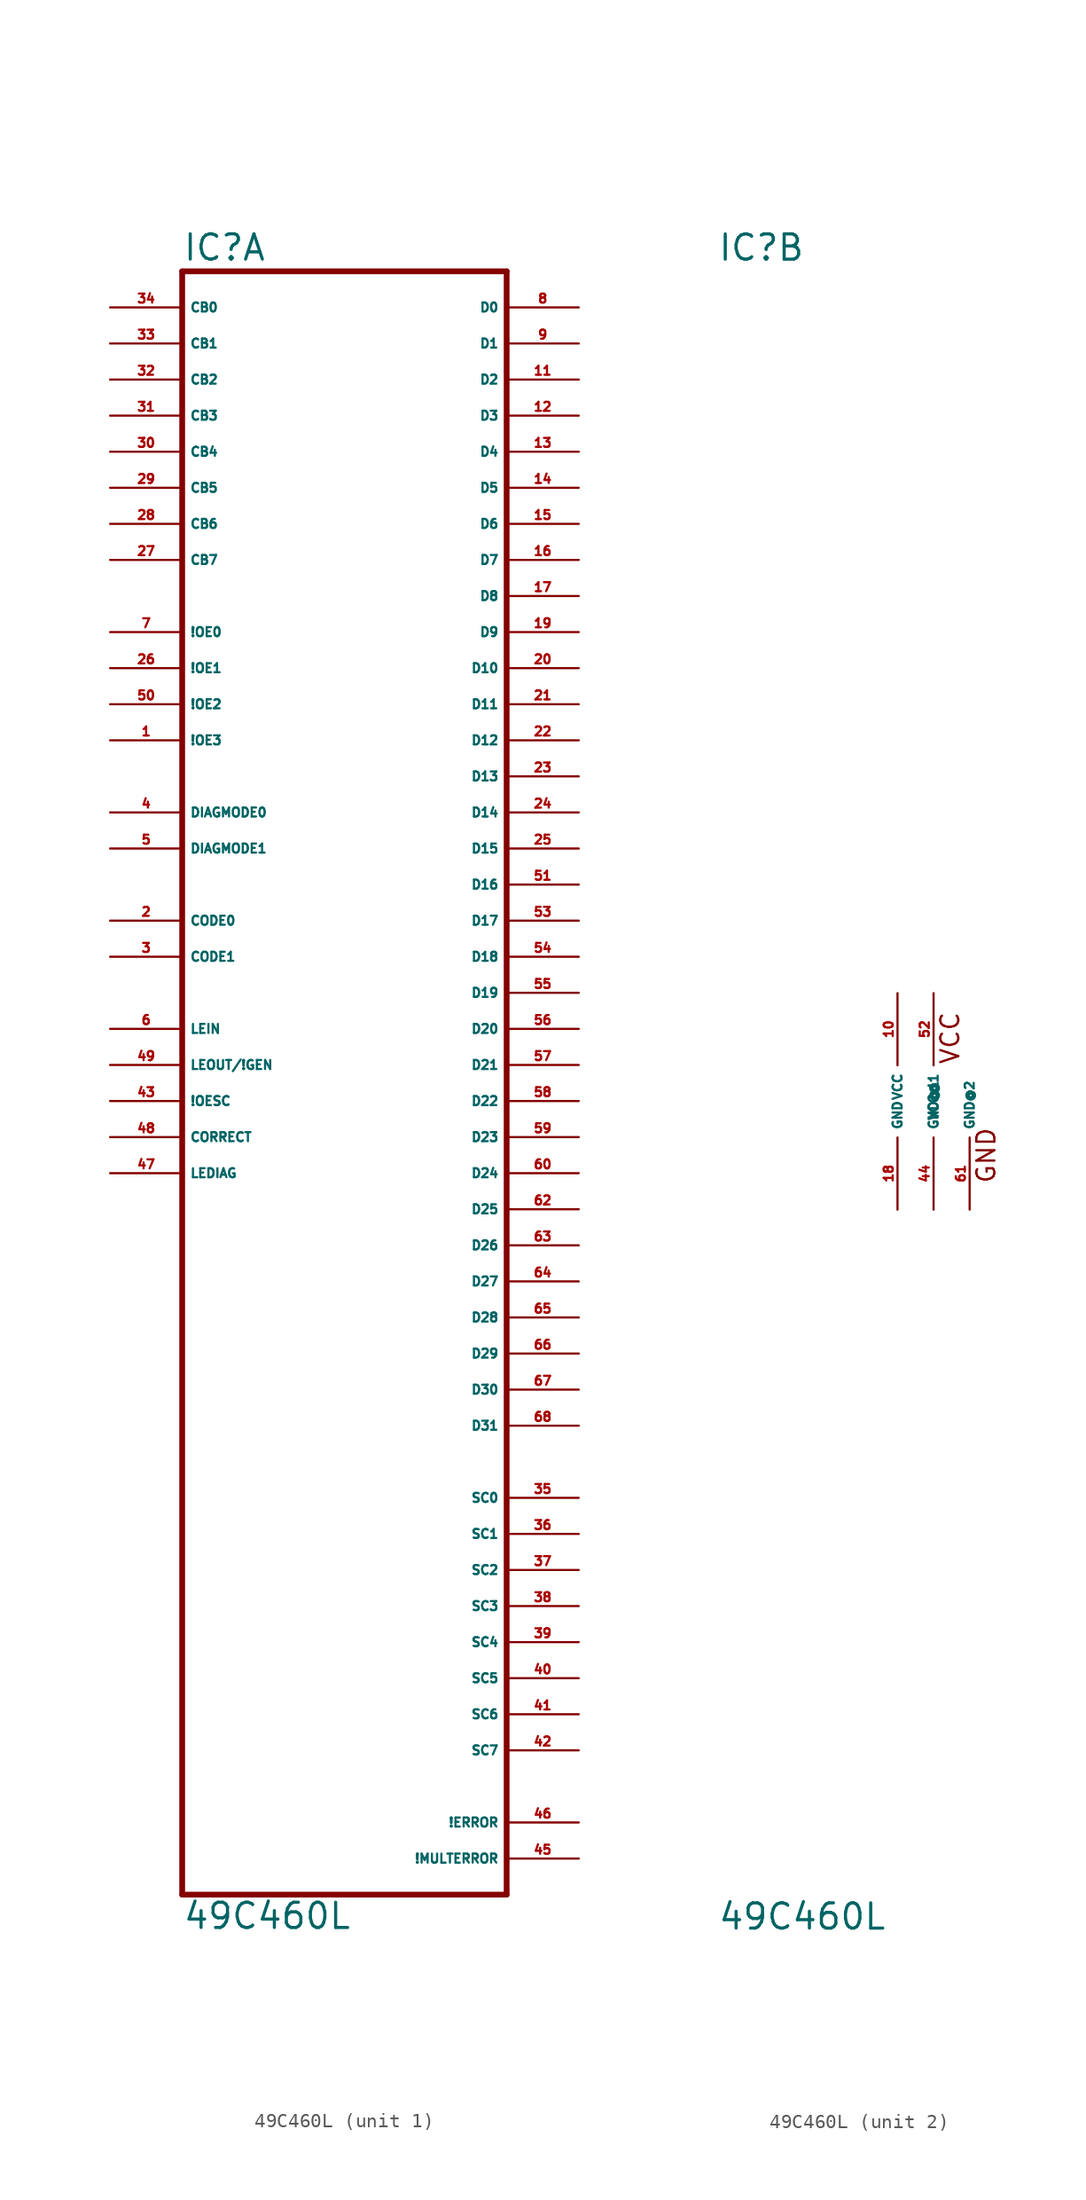
<source format=kicad_sym>
(kicad_symbol_lib
  (version 20220914)
  (generator Eagle2Kicad)
  (symbol "49C460L"
    (property "Reference" "IC"
      (at -12.7 59.055 0)
      (effects (font (size 1.778 1.778) (thickness 0.22)) (justify left bottom)))
    (property "Value" "49C460L"
      (at -12.7 -58.42 0)
      (effects (font (size 1.778 1.778) (thickness 0.22)) (justify left bottom)))
    (symbol "49C460L_1_0"
      (polyline (pts (xy -12.7 58.42) (xy 10.16 58.42)) (stroke (width 0.406) (type default)) (fill (type none)))
      (polyline (pts (xy 10.16 58.42) (xy 10.16 -55.88)) (stroke (width 0.406) (type default)) (fill (type none)))
      (polyline (pts (xy 10.16 -55.88) (xy -12.7 -55.88)) (stroke (width 0.406) (type default)) (fill (type none)))
      (polyline (pts (xy -12.7 -55.88) (xy -12.7 58.42)) (stroke (width 0.406) (type default)) (fill (type none)))
      (pin bidirectional line (at 15.24 55.88 180) (length 5.08) (name "D0" (effects (font (size 0.635 0.635) (thickness 0.08)) (justify left bottom))) (number "8" (effects (font (size 0.635 0.635) (thickness 0.08)) (justify left bottom))))
      (pin bidirectional line (at 15.24 53.34 180) (length 5.08) (name "D1" (effects (font (size 0.635 0.635) (thickness 0.08)) (justify left bottom))) (number "9" (effects (font (size 0.635 0.635) (thickness 0.08)) (justify left bottom))))
      (pin bidirectional line (at 15.24 50.8 180) (length 5.08) (name "D2" (effects (font (size 0.635 0.635) (thickness 0.08)) (justify left bottom))) (number "11" (effects (font (size 0.635 0.635) (thickness 0.08)) (justify left bottom))))
      (pin bidirectional line (at 15.24 48.26 180) (length 5.08) (name "D3" (effects (font (size 0.635 0.635) (thickness 0.08)) (justify left bottom))) (number "12" (effects (font (size 0.635 0.635) (thickness 0.08)) (justify left bottom))))
      (pin bidirectional line (at 15.24 45.72 180) (length 5.08) (name "D4" (effects (font (size 0.635 0.635) (thickness 0.08)) (justify left bottom))) (number "13" (effects (font (size 0.635 0.635) (thickness 0.08)) (justify left bottom))))
      (pin bidirectional line (at 15.24 43.18 180) (length 5.08) (name "D5" (effects (font (size 0.635 0.635) (thickness 0.08)) (justify left bottom))) (number "14" (effects (font (size 0.635 0.635) (thickness 0.08)) (justify left bottom))))
      (pin bidirectional line (at 15.24 40.64 180) (length 5.08) (name "D6" (effects (font (size 0.635 0.635) (thickness 0.08)) (justify left bottom))) (number "15" (effects (font (size 0.635 0.635) (thickness 0.08)) (justify left bottom))))
      (pin bidirectional line (at 15.24 38.1 180) (length 5.08) (name "D7" (effects (font (size 0.635 0.635) (thickness 0.08)) (justify left bottom))) (number "16" (effects (font (size 0.635 0.635) (thickness 0.08)) (justify left bottom))))
      (pin bidirectional line (at 15.24 35.56 180) (length 5.08) (name "D8" (effects (font (size 0.635 0.635) (thickness 0.08)) (justify left bottom))) (number "17" (effects (font (size 0.635 0.635) (thickness 0.08)) (justify left bottom))))
      (pin bidirectional line (at 15.24 33.02 180) (length 5.08) (name "D9" (effects (font (size 0.635 0.635) (thickness 0.08)) (justify left bottom))) (number "19" (effects (font (size 0.635 0.635) (thickness 0.08)) (justify left bottom))))
      (pin bidirectional line (at 15.24 30.48 180) (length 5.08) (name "D10" (effects (font (size 0.635 0.635) (thickness 0.08)) (justify left bottom))) (number "20" (effects (font (size 0.635 0.635) (thickness 0.08)) (justify left bottom))))
      (pin bidirectional line (at 15.24 27.94 180) (length 5.08) (name "D11" (effects (font (size 0.635 0.635) (thickness 0.08)) (justify left bottom))) (number "21" (effects (font (size 0.635 0.635) (thickness 0.08)) (justify left bottom))))
      (pin bidirectional line (at 15.24 25.4 180) (length 5.08) (name "D12" (effects (font (size 0.635 0.635) (thickness 0.08)) (justify left bottom))) (number "22" (effects (font (size 0.635 0.635) (thickness 0.08)) (justify left bottom))))
      (pin bidirectional line (at 15.24 22.86 180) (length 5.08) (name "D13" (effects (font (size 0.635 0.635) (thickness 0.08)) (justify left bottom))) (number "23" (effects (font (size 0.635 0.635) (thickness 0.08)) (justify left bottom))))
      (pin bidirectional line (at 15.24 20.32 180) (length 5.08) (name "D14" (effects (font (size 0.635 0.635) (thickness 0.08)) (justify left bottom))) (number "24" (effects (font (size 0.635 0.635) (thickness 0.08)) (justify left bottom))))
      (pin bidirectional line (at 15.24 17.78 180) (length 5.08) (name "D15" (effects (font (size 0.635 0.635) (thickness 0.08)) (justify left bottom))) (number "25" (effects (font (size 0.635 0.635) (thickness 0.08)) (justify left bottom))))
      (pin bidirectional line (at 15.24 15.24 180) (length 5.08) (name "D16" (effects (font (size 0.635 0.635) (thickness 0.08)) (justify left bottom))) (number "51" (effects (font (size 0.635 0.635) (thickness 0.08)) (justify left bottom))))
      (pin bidirectional line (at 15.24 12.7 180) (length 5.08) (name "D17" (effects (font (size 0.635 0.635) (thickness 0.08)) (justify left bottom))) (number "53" (effects (font (size 0.635 0.635) (thickness 0.08)) (justify left bottom))))
      (pin bidirectional line (at 15.24 10.16 180) (length 5.08) (name "D18" (effects (font (size 0.635 0.635) (thickness 0.08)) (justify left bottom))) (number "54" (effects (font (size 0.635 0.635) (thickness 0.08)) (justify left bottom))))
      (pin bidirectional line (at 15.24 7.62 180) (length 5.08) (name "D19" (effects (font (size 0.635 0.635) (thickness 0.08)) (justify left bottom))) (number "55" (effects (font (size 0.635 0.635) (thickness 0.08)) (justify left bottom))))
      (pin bidirectional line (at 15.24 5.08 180) (length 5.08) (name "D20" (effects (font (size 0.635 0.635) (thickness 0.08)) (justify left bottom))) (number "56" (effects (font (size 0.635 0.635) (thickness 0.08)) (justify left bottom))))
      (pin bidirectional line (at 15.24 2.54 180) (length 5.08) (name "D21" (effects (font (size 0.635 0.635) (thickness 0.08)) (justify left bottom))) (number "57" (effects (font (size 0.635 0.635) (thickness 0.08)) (justify left bottom))))
      (pin bidirectional line (at 15.24 0 180) (length 5.08) (name "D22" (effects (font (size 0.635 0.635) (thickness 0.08)) (justify left bottom))) (number "58" (effects (font (size 0.635 0.635) (thickness 0.08)) (justify left bottom))))
      (pin bidirectional line (at 15.24 -2.54 180) (length 5.08) (name "D23" (effects (font (size 0.635 0.635) (thickness 0.08)) (justify left bottom))) (number "59" (effects (font (size 0.635 0.635) (thickness 0.08)) (justify left bottom))))
      (pin bidirectional line (at 15.24 -5.08 180) (length 5.08) (name "D24" (effects (font (size 0.635 0.635) (thickness 0.08)) (justify left bottom))) (number "60" (effects (font (size 0.635 0.635) (thickness 0.08)) (justify left bottom))))
      (pin bidirectional line (at 15.24 -7.62 180) (length 5.08) (name "D25" (effects (font (size 0.635 0.635) (thickness 0.08)) (justify left bottom))) (number "62" (effects (font (size 0.635 0.635) (thickness 0.08)) (justify left bottom))))
      (pin bidirectional line (at 15.24 -10.16 180) (length 5.08) (name "D26" (effects (font (size 0.635 0.635) (thickness 0.08)) (justify left bottom))) (number "63" (effects (font (size 0.635 0.635) (thickness 0.08)) (justify left bottom))))
      (pin bidirectional line (at 15.24 -12.7 180) (length 5.08) (name "D27" (effects (font (size 0.635 0.635) (thickness 0.08)) (justify left bottom))) (number "64" (effects (font (size 0.635 0.635) (thickness 0.08)) (justify left bottom))))
      (pin bidirectional line (at 15.24 -15.24 180) (length 5.08) (name "D28" (effects (font (size 0.635 0.635) (thickness 0.08)) (justify left bottom))) (number "65" (effects (font (size 0.635 0.635) (thickness 0.08)) (justify left bottom))))
      (pin bidirectional line (at 15.24 -17.78 180) (length 5.08) (name "D29" (effects (font (size 0.635 0.635) (thickness 0.08)) (justify left bottom))) (number "66" (effects (font (size 0.635 0.635) (thickness 0.08)) (justify left bottom))))
      (pin bidirectional line (at 15.24 -20.32 180) (length 5.08) (name "D30" (effects (font (size 0.635 0.635) (thickness 0.08)) (justify left bottom))) (number "67" (effects (font (size 0.635 0.635) (thickness 0.08)) (justify left bottom))))
      (pin bidirectional line (at 15.24 -22.86 180) (length 5.08) (name "D31" (effects (font (size 0.635 0.635) (thickness 0.08)) (justify left bottom))) (number "68" (effects (font (size 0.635 0.635) (thickness 0.08)) (justify left bottom))))
      (pin input line (at -17.78 55.88 0) (length 5.08) (name "CB0" (effects (font (size 0.635 0.635) (thickness 0.08)) (justify left bottom))) (number "34" (effects (font (size 0.635 0.635) (thickness 0.08)) (justify left bottom))))
      (pin input line (at -17.78 53.34 0) (length 5.08) (name "CB1" (effects (font (size 0.635 0.635) (thickness 0.08)) (justify left bottom))) (number "33" (effects (font (size 0.635 0.635) (thickness 0.08)) (justify left bottom))))
      (pin input line (at -17.78 50.8 0) (length 5.08) (name "CB2" (effects (font (size 0.635 0.635) (thickness 0.08)) (justify left bottom))) (number "32" (effects (font (size 0.635 0.635) (thickness 0.08)) (justify left bottom))))
      (pin input line (at -17.78 48.26 0) (length 5.08) (name "CB3" (effects (font (size 0.635 0.635) (thickness 0.08)) (justify left bottom))) (number "31" (effects (font (size 0.635 0.635) (thickness 0.08)) (justify left bottom))))
      (pin input line (at -17.78 45.72 0) (length 5.08) (name "CB4" (effects (font (size 0.635 0.635) (thickness 0.08)) (justify left bottom))) (number "30" (effects (font (size 0.635 0.635) (thickness 0.08)) (justify left bottom))))
      (pin input line (at -17.78 43.18 0) (length 5.08) (name "CB5" (effects (font (size 0.635 0.635) (thickness 0.08)) (justify left bottom))) (number "29" (effects (font (size 0.635 0.635) (thickness 0.08)) (justify left bottom))))
      (pin input line (at -17.78 40.64 0) (length 5.08) (name "CB6" (effects (font (size 0.635 0.635) (thickness 0.08)) (justify left bottom))) (number "28" (effects (font (size 0.635 0.635) (thickness 0.08)) (justify left bottom))))
      (pin input line (at -17.78 38.1 0) (length 5.08) (name "CB7" (effects (font (size 0.635 0.635) (thickness 0.08)) (justify left bottom))) (number "27" (effects (font (size 0.635 0.635) (thickness 0.08)) (justify left bottom))))
      (pin input line (at -17.78 33.02 0) (length 5.08) (name "!OE0" (effects (font (size 0.635 0.635) (thickness 0.08)) (justify left bottom))) (number "7" (effects (font (size 0.635 0.635) (thickness 0.08)) (justify left bottom))))
      (pin input line (at -17.78 30.48 0) (length 5.08) (name "!OE1" (effects (font (size 0.635 0.635) (thickness 0.08)) (justify left bottom))) (number "26" (effects (font (size 0.635 0.635) (thickness 0.08)) (justify left bottom))))
      (pin input line (at -17.78 27.94 0) (length 5.08) (name "!OE2" (effects (font (size 0.635 0.635) (thickness 0.08)) (justify left bottom))) (number "50" (effects (font (size 0.635 0.635) (thickness 0.08)) (justify left bottom))))
      (pin input line (at -17.78 20.32 0) (length 5.08) (name "DIAGMODE0" (effects (font (size 0.635 0.635) (thickness 0.08)) (justify left bottom))) (number "4" (effects (font (size 0.635 0.635) (thickness 0.08)) (justify left bottom))))
      (pin input line (at -17.78 17.78 0) (length 5.08) (name "DIAGMODE1" (effects (font (size 0.635 0.635) (thickness 0.08)) (justify left bottom))) (number "5" (effects (font (size 0.635 0.635) (thickness 0.08)) (justify left bottom))))
      (pin input line (at -17.78 2.54 0) (length 5.08) (name "LEOUT/!GEN" (effects (font (size 0.635 0.635) (thickness 0.08)) (justify left bottom))) (number "49" (effects (font (size 0.635 0.635) (thickness 0.08)) (justify left bottom))))
      (pin input line (at -17.78 0 0) (length 5.08) (name "!OESC" (effects (font (size 0.635 0.635) (thickness 0.08)) (justify left bottom))) (number "43" (effects (font (size 0.635 0.635) (thickness 0.08)) (justify left bottom))))
      (pin input line (at -17.78 -2.54 0) (length 5.08) (name "CORRECT" (effects (font (size 0.635 0.635) (thickness 0.08)) (justify left bottom))) (number "48" (effects (font (size 0.635 0.635) (thickness 0.08)) (justify left bottom))))
      (pin input line (at -17.78 12.7 0) (length 5.08) (name "CODE0" (effects (font (size 0.635 0.635) (thickness 0.08)) (justify left bottom))) (number "2" (effects (font (size 0.635 0.635) (thickness 0.08)) (justify left bottom))))
      (pin input line (at -17.78 10.16 0) (length 5.08) (name "CODE1" (effects (font (size 0.635 0.635) (thickness 0.08)) (justify left bottom))) (number "3" (effects (font (size 0.635 0.635) (thickness 0.08)) (justify left bottom))))
      (pin input line (at -17.78 -5.08 0) (length 5.08) (name "LEDIAG" (effects (font (size 0.635 0.635) (thickness 0.08)) (justify left bottom))) (number "47" (effects (font (size 0.635 0.635) (thickness 0.08)) (justify left bottom))))
      (pin output line (at 15.24 -27.94 180) (length 5.08) (name "SC0" (effects (font (size 0.635 0.635) (thickness 0.08)) (justify left bottom))) (number "35" (effects (font (size 0.635 0.635) (thickness 0.08)) (justify left bottom))))
      (pin output line (at 15.24 -30.48 180) (length 5.08) (name "SC1" (effects (font (size 0.635 0.635) (thickness 0.08)) (justify left bottom))) (number "36" (effects (font (size 0.635 0.635) (thickness 0.08)) (justify left bottom))))
      (pin output line (at 15.24 -33.02 180) (length 5.08) (name "SC2" (effects (font (size 0.635 0.635) (thickness 0.08)) (justify left bottom))) (number "37" (effects (font (size 0.635 0.635) (thickness 0.08)) (justify left bottom))))
      (pin output line (at 15.24 -35.56 180) (length 5.08) (name "SC3" (effects (font (size 0.635 0.635) (thickness 0.08)) (justify left bottom))) (number "38" (effects (font (size 0.635 0.635) (thickness 0.08)) (justify left bottom))))
      (pin output line (at 15.24 -38.1 180) (length 5.08) (name "SC4" (effects (font (size 0.635 0.635) (thickness 0.08)) (justify left bottom))) (number "39" (effects (font (size 0.635 0.635) (thickness 0.08)) (justify left bottom))))
      (pin output line (at 15.24 -40.64 180) (length 5.08) (name "SC5" (effects (font (size 0.635 0.635) (thickness 0.08)) (justify left bottom))) (number "40" (effects (font (size 0.635 0.635) (thickness 0.08)) (justify left bottom))))
      (pin output line (at 15.24 -43.18 180) (length 5.08) (name "SC6" (effects (font (size 0.635 0.635) (thickness 0.08)) (justify left bottom))) (number "41" (effects (font (size 0.635 0.635) (thickness 0.08)) (justify left bottom))))
      (pin output line (at 15.24 -45.72 180) (length 5.08) (name "SC7" (effects (font (size 0.635 0.635) (thickness 0.08)) (justify left bottom))) (number "42" (effects (font (size 0.635 0.635) (thickness 0.08)) (justify left bottom))))
      (pin output line (at 15.24 -50.8 180) (length 5.08) (name "!ERROR" (effects (font (size 0.635 0.635) (thickness 0.08)) (justify left bottom))) (number "46" (effects (font (size 0.635 0.635) (thickness 0.08)) (justify left bottom))))
      (pin output line (at 15.24 -53.34 180) (length 5.08) (name "!MULTERROR" (effects (font (size 0.635 0.635) (thickness 0.08)) (justify left bottom))) (number "45" (effects (font (size 0.635 0.635) (thickness 0.08)) (justify left bottom))))
      (pin input line (at -17.78 25.4 0) (length 5.08) (name "!OE3" (effects (font (size 0.635 0.635) (thickness 0.08)) (justify left bottom))) (number "1" (effects (font (size 0.635 0.635) (thickness 0.08)) (justify left bottom))))
      (pin input line (at -17.78 5.08 0) (length 5.08) (name "LEIN" (effects (font (size 0.635 0.635) (thickness 0.08)) (justify left bottom))) (number "6" (effects (font (size 0.635 0.635) (thickness 0.08)) (justify left bottom)))))
    (symbol "49C460L_2_0"
      (text "GND" (at 6.985 -5.842 900) (effects (font (size 1.27 1.27) (thickness 0.16)) (justify left bottom)))
      (text "VCC" (at 4.445 2.54 900) (effects (font (size 1.27 1.27) (thickness 0.16)) (justify left bottom)))
      (pin unspecified line (at 0 7.62 270) (length 5.08) (name "VCC" (effects (font (size 0.635 0.635) (thickness 0.08)) (justify left bottom))) (number "10" (effects (font (size 0.635 0.635) (thickness 0.08)) (justify left bottom))))
      (pin unspecified line (at 0 -7.62 90) (length 5.08) (name "GND" (effects (font (size 0.635 0.635) (thickness 0.08)) (justify left bottom))) (number "18" (effects (font (size 0.635 0.635) (thickness 0.08)) (justify left bottom))))
      (pin unspecified line (at 2.54 7.62 270) (length 5.08) (name "VCC@1" (effects (font (size 0.635 0.635) (thickness 0.08)) (justify left bottom))) (number "52" (effects (font (size 0.635 0.635) (thickness 0.08)) (justify left bottom))))
      (pin unspecified line (at 2.54 -7.62 90) (length 5.08) (name "GND@1" (effects (font (size 0.635 0.635) (thickness 0.08)) (justify left bottom))) (number "44" (effects (font (size 0.635 0.635) (thickness 0.08)) (justify left bottom))))
      (pin unspecified line (at 5.08 -7.62 90) (length 5.08) (name "GND@2" (effects (font (size 0.635 0.635) (thickness 0.08)) (justify left bottom))) (number "61" (effects (font (size 0.635 0.635) (thickness 0.08)) (justify left bottom)))))))
</source>
